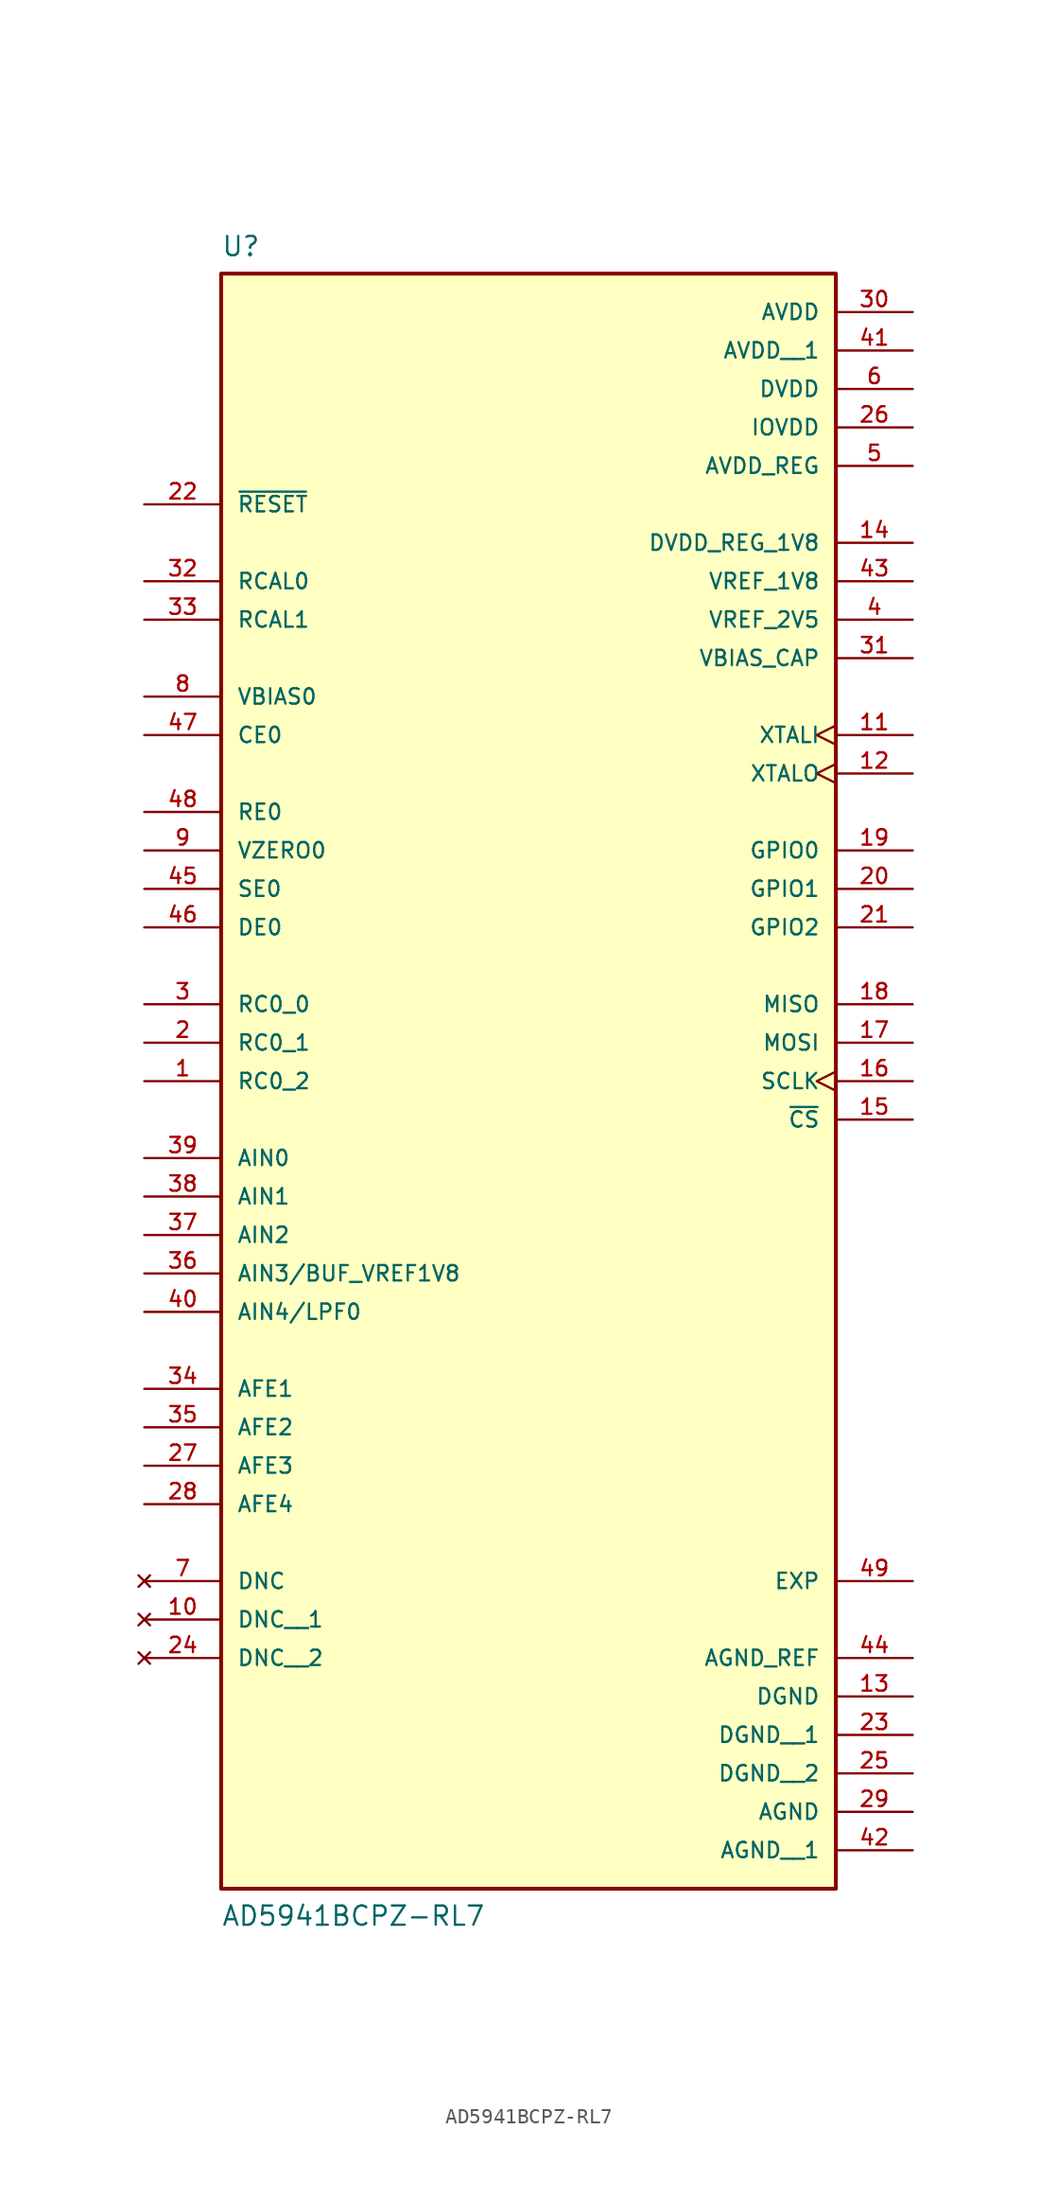
<source format=kicad_sym>
(kicad_symbol_lib
  (version 20211014)
  (generator kicad_symbol_editor)
  (symbol "AD5941BCPZ-RL7"
    (pin_names
      (offset 1.016))
    (property "Reference" "U"
      (at -20.32 50.8 0)
      (effects (font (size 1.27 1.27)) (justify top left)))
    (property "Value" "AD5941BCPZ-RL7"
      (at -20.32 -60.96 0)
      (effects (font (size 1.27 1.27)) (justify bottom left)))
    (symbol "AD5941BCPZ-RL7_0_0"
      (rectangle (start -20.32 -58.42) (end 20.32 48.26) (stroke (width 0.254)) (fill (type background)))
      (pin passive line (at -25.4 -5.08 0) (length 5.08) (name "RC0_2" (effects (font (size 1.016 1.016)))) (number "1" (effects (font (size 1.016 1.016)))))
      (pin passive line (at -25.4 -2.54 0) (length 5.08) (name "RC0_1" (effects (font (size 1.016 1.016)))) (number "2" (effects (font (size 1.016 1.016)))))
      (pin passive line (at -25.4 0.0 0) (length 5.08) (name "RC0_0" (effects (font (size 1.016 1.016)))) (number "3" (effects (font (size 1.016 1.016)))))
      (pin passive line (at 25.4 25.4 180.0) (length 5.08) (name "VREF_2V5" (effects (font (size 1.016 1.016)))) (number "4" (effects (font (size 1.016 1.016)))))
      (pin power_in line (at 25.4 35.56 180.0) (length 5.08) (name "AVDD_REG" (effects (font (size 1.016 1.016)))) (number "5" (effects (font (size 1.016 1.016)))))
      (pin power_in line (at 25.4 40.64 180.0) (length 5.08) (name "DVDD" (effects (font (size 1.016 1.016)))) (number "6" (effects (font (size 1.016 1.016)))))
      (pin no_connect line (at -25.4 -38.1 0) (length 5.08) (name "DNC" (effects (font (size 1.016 1.016)))) (number "7" (effects (font (size 1.016 1.016)))))
      (pin output line (at -25.4 20.32 0) (length 5.08) (name "VBIAS0" (effects (font (size 1.016 1.016)))) (number "8" (effects (font (size 1.016 1.016)))))
      (pin output line (at -25.4 10.16 0) (length 5.08) (name "VZERO0" (effects (font (size 1.016 1.016)))) (number "9" (effects (font (size 1.016 1.016)))))
      (pin input clock (at 25.4 17.78 180.0) (length 5.08) (name "XTALI" (effects (font (size 1.016 1.016)))) (number "11" (effects (font (size 1.016 1.016)))))
      (pin output clock (at 25.4 15.24 180.0) (length 5.08) (name "XTALO" (effects (font (size 1.016 1.016)))) (number "12" (effects (font (size 1.016 1.016)))))
      (pin power_in line (at 25.4 -45.72 180.0) (length 5.08) (name "DGND" (effects (font (size 1.016 1.016)))) (number "13" (effects (font (size 1.016 1.016)))))
      (pin passive line (at 25.4 30.48 180.0) (length 5.08) (name "DVDD_REG_1V8" (effects (font (size 1.016 1.016)))) (number "14" (effects (font (size 1.016 1.016)))))
      (pin bidirectional line (at 25.4 -7.62 180.0) (length 5.08) (name "~{CS}" (effects (font (size 1.016 1.016)))) (number "15" (effects (font (size 1.016 1.016)))))
      (pin input clock (at 25.4 -5.08 180.0) (length 5.08) (name "SCLK" (effects (font (size 1.016 1.016)))) (number "16" (effects (font (size 1.016 1.016)))))
      (pin input line (at 25.4 -2.54 180.0) (length 5.08) (name "MOSI" (effects (font (size 1.016 1.016)))) (number "17" (effects (font (size 1.016 1.016)))))
      (pin output line (at 25.4 0.0 180.0) (length 5.08) (name "MISO" (effects (font (size 1.016 1.016)))) (number "18" (effects (font (size 1.016 1.016)))))
      (pin bidirectional line (at 25.4 10.16 180.0) (length 5.08) (name "GPIO0" (effects (font (size 1.016 1.016)))) (number "19" (effects (font (size 1.016 1.016)))))
      (pin bidirectional line (at 25.4 7.62 180.0) (length 5.08) (name "GPIO1" (effects (font (size 1.016 1.016)))) (number "20" (effects (font (size 1.016 1.016)))))
      (pin bidirectional line (at 25.4 5.08 180.0) (length 5.08) (name "GPIO2" (effects (font (size 1.016 1.016)))) (number "21" (effects (font (size 1.016 1.016)))))
      (pin input line (at -25.4 33.02 0) (length 5.08) (name "~{RESET}" (effects (font (size 1.016 1.016)))) (number "22" (effects (font (size 1.016 1.016)))))
      (pin power_in line (at 25.4 38.1 180.0) (length 5.08) (name "IOVDD" (effects (font (size 1.016 1.016)))) (number "26" (effects (font (size 1.016 1.016)))))
      (pin passive line (at -25.4 -30.48 0) (length 5.08) (name "AFE3" (effects (font (size 1.016 1.016)))) (number "27" (effects (font (size 1.016 1.016)))))
      (pin passive line (at -25.4 -33.02 0) (length 5.08) (name "AFE4" (effects (font (size 1.016 1.016)))) (number "28" (effects (font (size 1.016 1.016)))))
      (pin input line (at -25.4 12.7 0) (length 5.08) (name "RE0" (effects (font (size 1.016 1.016)))) (number "48" (effects (font (size 1.016 1.016)))))
      (pin input line (at -25.4 17.78 0) (length 5.08) (name "CE0" (effects (font (size 1.016 1.016)))) (number "47" (effects (font (size 1.016 1.016)))))
      (pin input line (at -25.4 5.08 0) (length 5.08) (name "DE0" (effects (font (size 1.016 1.016)))) (number "46" (effects (font (size 1.016 1.016)))))
      (pin input line (at -25.4 7.62 0) (length 5.08) (name "SE0" (effects (font (size 1.016 1.016)))) (number "45" (effects (font (size 1.016 1.016)))))
      (pin power_in line (at 25.4 -43.18 180.0) (length 5.08) (name "AGND_REF" (effects (font (size 1.016 1.016)))) (number "44" (effects (font (size 1.016 1.016)))))
      (pin passive line (at 25.4 27.94 180.0) (length 5.08) (name "VREF_1V8" (effects (font (size 1.016 1.016)))) (number "43" (effects (font (size 1.016 1.016)))))
      (pin input line (at -25.4 -20.32 0) (length 5.08) (name "AIN4/LPF0" (effects (font (size 1.016 1.016)))) (number "40" (effects (font (size 1.016 1.016)))))
      (pin input line (at -25.4 -10.16 0) (length 5.08) (name "AIN0" (effects (font (size 1.016 1.016)))) (number "39" (effects (font (size 1.016 1.016)))))
      (pin input line (at -25.4 -12.7 0) (length 5.08) (name "AIN1" (effects (font (size 1.016 1.016)))) (number "38" (effects (font (size 1.016 1.016)))))
      (pin input line (at -25.4 -15.24 0) (length 5.08) (name "AIN2" (effects (font (size 1.016 1.016)))) (number "37" (effects (font (size 1.016 1.016)))))
      (pin bidirectional line (at -25.4 -17.78 0) (length 5.08) (name "AIN3/BUF_VREF1V8" (effects (font (size 1.016 1.016)))) (number "36" (effects (font (size 1.016 1.016)))))
      (pin passive line (at -25.4 -27.94 0) (length 5.08) (name "AFE2" (effects (font (size 1.016 1.016)))) (number "35" (effects (font (size 1.016 1.016)))))
      (pin passive line (at -25.4 -25.4 0) (length 5.08) (name "AFE1" (effects (font (size 1.016 1.016)))) (number "34" (effects (font (size 1.016 1.016)))))
      (pin passive line (at -25.4 25.4 0) (length 5.08) (name "RCAL1" (effects (font (size 1.016 1.016)))) (number "33" (effects (font (size 1.016 1.016)))))
      (pin passive line (at -25.4 27.94 0) (length 5.08) (name "RCAL0" (effects (font (size 1.016 1.016)))) (number "32" (effects (font (size 1.016 1.016)))))
      (pin passive line (at 25.4 22.86 180.0) (length 5.08) (name "VBIAS_CAP" (effects (font (size 1.016 1.016)))) (number "31" (effects (font (size 1.016 1.016)))))
      (pin power_in line (at 25.4 45.72 180.0) (length 5.08) (name "AVDD" (effects (font (size 1.016 1.016)))) (number "30" (effects (font (size 1.016 1.016)))))
      (pin power_in line (at 25.4 -53.34 180.0) (length 5.08) (name "AGND" (effects (font (size 1.016 1.016)))) (number "29" (effects (font (size 1.016 1.016)))))
      (pin power_in line (at 25.4 -38.1 180.0) (length 5.08) (name "EXP" (effects (font (size 1.016 1.016)))) (number "49" (effects (font (size 1.016 1.016)))))
      (pin no_connect line (at -25.4 -40.64 0) (length 5.08) (name "DNC__1" (effects (font (size 1.016 1.016)))) (number "10" (effects (font (size 1.016 1.016)))))
      (pin no_connect line (at -25.4 -43.18 0) (length 5.08) (name "DNC__2" (effects (font (size 1.016 1.016)))) (number "24" (effects (font (size 1.016 1.016)))))
      (pin power_in line (at 25.4 43.18 180.0) (length 5.08) (name "AVDD__1" (effects (font (size 1.016 1.016)))) (number "41" (effects (font (size 1.016 1.016)))))
      (pin power_in line (at 25.4 -48.26 180.0) (length 5.08) (name "DGND__1" (effects (font (size 1.016 1.016)))) (number "23" (effects (font (size 1.016 1.016)))))
      (pin power_in line (at 25.4 -50.8 180.0) (length 5.08) (name "DGND__2" (effects (font (size 1.016 1.016)))) (number "25" (effects (font (size 1.016 1.016)))))
      (pin power_in line (at 25.4 -55.88 180.0) (length 5.08) (name "AGND__1" (effects (font (size 1.016 1.016)))) (number "42" (effects (font (size 1.016 1.016))))))))
</source>
